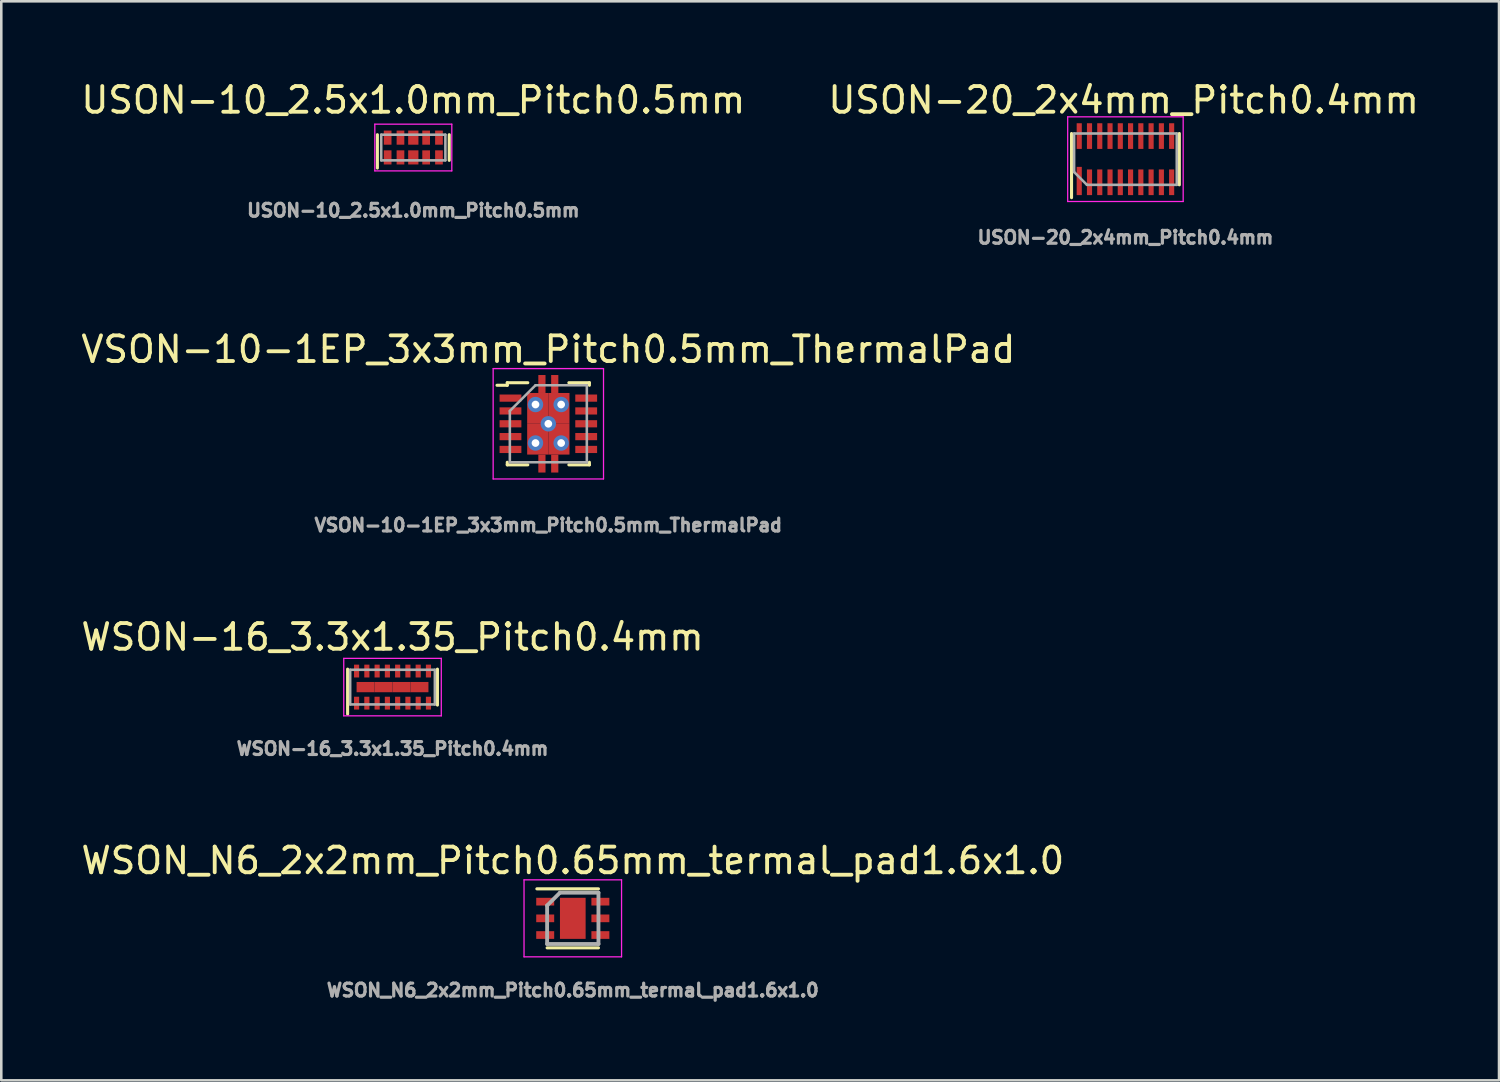
<source format=kicad_pcb>
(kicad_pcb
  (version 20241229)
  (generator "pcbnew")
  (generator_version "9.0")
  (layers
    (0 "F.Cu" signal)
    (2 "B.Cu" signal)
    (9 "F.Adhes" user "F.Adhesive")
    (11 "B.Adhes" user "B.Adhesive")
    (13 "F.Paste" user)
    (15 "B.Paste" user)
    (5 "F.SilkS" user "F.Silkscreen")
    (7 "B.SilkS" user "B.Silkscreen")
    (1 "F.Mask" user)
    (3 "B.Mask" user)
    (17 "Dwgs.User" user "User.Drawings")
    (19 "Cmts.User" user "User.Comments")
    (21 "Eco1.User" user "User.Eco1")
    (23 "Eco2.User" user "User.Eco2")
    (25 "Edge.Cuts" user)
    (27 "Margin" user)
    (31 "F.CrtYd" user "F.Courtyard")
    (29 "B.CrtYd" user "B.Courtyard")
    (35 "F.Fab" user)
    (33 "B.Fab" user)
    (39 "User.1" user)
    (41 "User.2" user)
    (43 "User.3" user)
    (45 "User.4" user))
  (footprint "WSON_N6_2x2mm_Pitch0.65mm_termal_pad1.6x1.0"
    (layer "F.Cu")
    (at 19.268 32.732)
    (property "Reference" "WSON_N6_2x2mm_Pitch0.65mm_termal_pad1.6x1.0" (at 0 -2.25 180) (layer "F.SilkS") (effects (font (size 1 1) (thickness 0.15))))
    (attr smd)
    (fp_line (start 1 -1.15) (end -1.4 -1.15) (stroke (width 0.12) (type solid)) (layer "F.SilkS"))
    (fp_line (start 1 1.15) (end -1 1.15) (stroke (width 0.12) (type solid)) (layer "F.SilkS"))
    (fp_line (start -1.9 1.5) (end -1.9 -1.5) (stroke (width 0.05) (type solid)) (layer "F.CrtYd"))
    (fp_line (start -1.9 1.5) (end 1.9 1.5) (stroke (width 0.05) (type solid)) (layer "F.CrtYd"))
    (fp_line (start 1.9 -1.5) (end -1.9 -1.5) (stroke (width 0.05) (type solid)) (layer "F.CrtYd"))
    (fp_line (start 1.9 -1.5) (end 1.9 1.5) (stroke (width 0.05) (type solid)) (layer "F.CrtYd"))
    (fp_line (start -1 -0.5) (end -1 1) (stroke (width 0.15) (type solid)) (layer "F.Fab"))
    (fp_line (start -1 1) (end 1 1) (stroke (width 0.15) (type solid)) (layer "F.Fab"))
    (fp_line (start -0.5 -1) (end -1 -0.5) (stroke (width 0.15) (type solid)) (layer "F.Fab"))
    (fp_line (start 1 -1) (end -0.5 -1) (stroke (width 0.15) (type solid)) (layer "F.Fab"))
    (fp_line (start 1 -1) (end 1 1) (stroke (width 0.15) (type solid)) (layer "F.Fab"))
    (fp_text user "${REFERENCE}" (at 0 2.8 0) (layer "F.Fab") (effects (font (size 0.5 0.5) (thickness 0.125))))
    (pad "1" smd rect (at -1.075 -0.65 270) (size 0.3 0.7) (layers "F.Cu" "F.Mask" "F.Paste"))
    (pad "2" smd rect (at -1.075 0 270) (size 0.3 0.7) (layers "F.Cu" "F.Mask" "F.Paste"))
    (pad "3" smd rect (at -1.075 0.65 270) (size 0.3 0.7) (layers "F.Cu" "F.Mask" "F.Paste"))
    (pad "4" smd rect (at 1.075 0.65 270) (size 0.3 0.7) (layers "F.Cu" "F.Mask" "F.Paste"))
    (pad "5" smd rect (at 1.075 0 270) (size 0.3 0.7) (layers "F.Cu" "F.Mask" "F.Paste"))
    (pad "6" smd rect (at 1.075 -0.65 270) (size 0.3 0.7) (layers "F.Cu" "F.Mask" "F.Paste"))
    (pad "7" smd rect (at 0 0 270) (size 1.6 1) (layers "F.Cu" "F.Mask" "F.Paste")))
  (footprint "USON-10_2.5x1.0mm_Pitch0.5mm"
    (layer "F.Cu")
    (at 13.054 2.698)
    (property "Reference" "USON-10_2.5x1.0mm_Pitch0.5mm" (at 0 -1.85 0) (layer "F.SilkS") (effects (font (size 1 1) (thickness 0.15))))
    (attr smd)
    (fp_line (start -1.4 -0.5) (end -1.4 0.8) (stroke (width 0.12) (type solid)) (layer "F.SilkS"))
    (fp_line (start 1.4 -0.5) (end 1.4 0.5) (stroke (width 0.12) (type solid)) (layer "F.SilkS"))
    (fp_line (start -1.5 -0.91) (end 1.5 -0.91) (stroke (width 0.05) (type solid)) (layer "F.CrtYd"))
    (fp_line (start -1.5 0.91) (end -1.5 -0.91) (stroke (width 0.05) (type solid)) (layer "F.CrtYd"))
    (fp_line (start 1.5 -0.91) (end 1.5 0.91) (stroke (width 0.05) (type solid)) (layer "F.CrtYd"))
    (fp_line (start 1.5 0.91) (end -1.5 0.91) (stroke (width 0.05) (type solid)) (layer "F.CrtYd"))
    (fp_line (start -1.25 -0.5) (end -1.25 0.5) (stroke (width 0.1) (type solid)) (layer "F.Fab"))
    (fp_line (start -1.25 -0.5) (end 1.25 -0.5) (stroke (width 0.1) (type solid)) (layer "F.Fab"))
    (fp_line (start -1.25 0.5) (end 1.25 0.5) (stroke (width 0.1) (type solid)) (layer "F.Fab"))
    (fp_line (start 1.25 0.5) (end 1.25 -0.5) (stroke (width 0.1) (type solid)) (layer "F.Fab"))
    (fp_text user "${REFERENCE}" (at 0 2.45 180) (layer "F.Fab") (effects (font (size 0.5 0.5) (thickness 0.125))))
    (pad "1" smd rect (at -1 0.385) (size 0.3 0.55) (layers "F.Cu" "F.Mask" "F.Paste"))
    (pad "2" smd rect (at -0.5 0.385) (size 0.3 0.55) (layers "F.Cu" "F.Mask" "F.Paste"))
    (pad "3" smd rect (at 0 0.385) (size 0.4 0.55) (layers "F.Cu" "F.Mask" "F.Paste"))
    (pad "4" smd rect (at 0.5 0.385) (size 0.3 0.55) (layers "F.Cu" "F.Mask" "F.Paste"))
    (pad "5" smd rect (at 1 0.385) (size 0.3 0.55) (layers "F.Cu" "F.Mask" "F.Paste"))
    (pad "6" smd rect (at 1 -0.385) (size 0.3 0.55) (layers "F.Cu" "F.Mask" "F.Paste"))
    (pad "7" smd rect (at 0.5 -0.385) (size 0.3 0.55) (layers "F.Cu" "F.Mask" "F.Paste"))
    (pad "8" smd rect (at 0 -0.385) (size 0.4 0.55) (layers "F.Cu" "F.Mask" "F.Paste"))
    (pad "9" smd rect (at -0.5 -0.385) (size 0.3 0.55) (layers "F.Cu" "F.Mask" "F.Paste"))
    (pad "10" smd rect (at -1 -0.385) (size 0.3 0.55) (layers "F.Cu" "F.Mask" "F.Paste")))
  (footprint "VSON-10-1EP_3x3mm_Pitch0.5mm_ThermalPad"
    (layer "F.Cu")
    (at 18.315 13.462)
    (property "Reference" "VSON-10-1EP_3x3mm_Pitch0.5mm_ThermalPad" (at 0 -2.9 180) (layer "F.SilkS") (effects (font (size 1 1) (thickness 0.15))))
    (attr smd)
    (fp_line (start -1.6 -1.6) (end -1.6 -1.5) (stroke (width 0.12) (type solid)) (layer "F.SilkS"))
    (fp_line (start -1.6 -1.5) (end -2 -1.5) (stroke (width 0.12) (type solid)) (layer "F.SilkS"))
    (fp_line (start -1.6 1.5) (end -1.6 1.6) (stroke (width 0.12) (type solid)) (layer "F.SilkS"))
    (fp_line (start -1.6 1.6) (end -0.8 1.6) (stroke (width 0.12) (type solid)) (layer "F.SilkS"))
    (fp_line (start -0.8 -1.6) (end -1.6 -1.6) (stroke (width 0.12) (type solid)) (layer "F.SilkS"))
    (fp_line (start 0.8 -1.6) (end 1.6 -1.6) (stroke (width 0.12) (type solid)) (layer "F.SilkS"))
    (fp_line (start 0.8 1.6) (end 1.6 1.6) (stroke (width 0.12) (type solid)) (layer "F.SilkS"))
    (fp_line (start 1.6 -1.6) (end 1.6 -1.5) (stroke (width 0.12) (type solid)) (layer "F.SilkS"))
    (fp_line (start 1.6 1.6) (end 1.6 1.5) (stroke (width 0.12) (type solid)) (layer "F.SilkS"))
    (fp_line (start -2.15 -2.15) (end 2.15 -2.15) (stroke (width 0.05) (type solid)) (layer "F.CrtYd"))
    (fp_line (start -2.15 2.15) (end -2.15 -2.15) (stroke (width 0.05) (type solid)) (layer "F.CrtYd"))
    (fp_line (start 2.15 -2.15) (end 2.15 2.15) (stroke (width 0.05) (type solid)) (layer "F.CrtYd"))
    (fp_line (start 2.15 2.15) (end -2.15 2.15) (stroke (width 0.05) (type solid)) (layer "F.CrtYd"))
    (fp_line (start -1.5 -0.5) (end -1.5 1.5) (stroke (width 0.1) (type solid)) (layer "F.Fab"))
    (fp_line (start -1.5 -0.5) (end -0.5 -1.5) (stroke (width 0.1) (type solid)) (layer "F.Fab"))
    (fp_line (start -1.5 1.5) (end 1.5 1.5) (stroke (width 0.1) (type solid)) (layer "F.Fab"))
    (fp_line (start -0.5 -1.5) (end 1.5 -1.5) (stroke (width 0.1) (type solid)) (layer "F.Fab"))
    (fp_line (start 1.5 -1.5) (end 1.5 1.5) (stroke (width 0.1) (type solid)) (layer "F.Fab"))
    (fp_text user "${REFERENCE}" (at 0 3.95 0) (layer "F.Fab") (effects (font (size 0.5 0.5) (thickness 0.125))))
    (pad "1" smd rect (at -1.475 -1) (size 0.85 0.28) (layers "F.Cu" "F.Mask" "F.Paste"))
    (pad "2" smd rect (at -1.475 -0.5) (size 0.85 0.28) (layers "F.Cu" "F.Mask" "F.Paste"))
    (pad "3" smd rect (at -1.475 0) (size 0.85 0.28) (layers "F.Cu" "F.Mask" "F.Paste"))
    (pad "4" smd rect (at -1.475 0.5) (size 0.85 0.28) (layers "F.Cu" "F.Mask" "F.Paste"))
    (pad "5" smd rect (at -1.475 1) (size 0.85 0.28) (layers "F.Cu" "F.Mask" "F.Paste"))
    (pad "6" smd rect (at 1.475 1) (size 0.85 0.28) (layers "F.Cu" "F.Mask" "F.Paste"))
    (pad "7" smd rect (at 1.475 0.5) (size 0.85 0.28) (layers "F.Cu" "F.Mask" "F.Paste"))
    (pad "8" smd rect (at 1.475 0) (size 0.85 0.28) (layers "F.Cu" "F.Mask" "F.Paste"))
    (pad "9" smd rect (at 1.475 -0.5) (size 0.85 0.28) (layers "F.Cu" "F.Mask" "F.Paste"))
    (pad "10" smd rect (at 1.475 -1) (size 0.85 0.28) (layers "F.Cu" "F.Mask" "F.Paste"))
    (pad "11" thru_hole circle (at -0.5 -0.75) (size 0.6 0.6) (drill 0.3) (layers "*.Cu" "*.Mask"))
    (pad "11" thru_hole circle (at -0.5 0.75) (size 0.6 0.6) (drill 0.3) (layers "*.Cu" "*.Mask"))
    (pad "11" smd rect (at -0.412 -0.6) (size 0.825 1.2) (layers "F.Cu" "F.Mask" "F.Paste"))
    (pad "11" smd rect (at -0.412 0.6) (size 0.825 1.2) (layers "F.Cu" "F.Mask" "F.Paste"))
    (pad "11" smd rect (at -0.25 -1.55) (size 0.28 0.7) (layers "F.Cu" "F.Mask" "F.Paste"))
    (pad "11" smd rect (at -0.25 1.55) (size 0.28 0.7) (layers "F.Cu" "F.Mask" "F.Paste"))
    (pad "11" thru_hole circle (at 0 0) (size 0.6 0.6) (drill 0.3) (layers "*.Cu" "*.Mask"))
    (pad "11" smd rect (at 0.25 -1.55) (size 0.28 0.7) (layers "F.Cu" "F.Mask" "F.Paste"))
    (pad "11" smd rect (at 0.25 1.55) (size 0.28 0.7) (layers "F.Cu" "F.Mask" "F.Paste"))
    (pad "11" smd rect (at 0.412 -0.6) (size 0.825 1.2) (layers "F.Cu" "F.Mask" "F.Paste"))
    (pad "11" smd rect (at 0.412 0.6) (size 0.825 1.2) (layers "F.Cu" "F.Mask" "F.Paste"))
    (pad "11" thru_hole circle (at 0.5 -0.75) (size 0.6 0.6) (drill 0.3) (layers "*.Cu" "*.Mask"))
    (pad "11" thru_hole circle (at 0.5 0.75) (size 0.6 0.6) (drill 0.3) (layers "*.Cu" "*.Mask")))
  (footprint "WSON-16_3.3x1.35_Pitch0.4mm"
    (layer "F.Cu")
    (at 12.244 23.722)
    (property "Reference" "WSON-16_3.3x1.35_Pitch0.4mm" (at 0 -1.95 0) (layer "F.SilkS") (effects (font (size 1 1) (thickness 0.15))))
    (attr smd)
    (fp_line (start -1.75 -0.7) (end -1.75 1.05) (stroke (width 0.12) (type solid)) (layer "F.SilkS"))
    (fp_line (start 1.75 -0.7) (end 1.75 0.7) (stroke (width 0.12) (type solid)) (layer "F.SilkS"))
    (fp_line (start -1.9 -1.12) (end 1.9 -1.12) (stroke (width 0.05) (type solid)) (layer "F.CrtYd"))
    (fp_line (start -1.9 1.12) (end -1.9 -1.12) (stroke (width 0.05) (type solid)) (layer "F.CrtYd"))
    (fp_line (start 1.9 -1.12) (end 1.9 1.12) (stroke (width 0.05) (type solid)) (layer "F.CrtYd"))
    (fp_line (start 1.9 1.12) (end -1.9 1.12) (stroke (width 0.05) (type solid)) (layer "F.CrtYd"))
    (fp_line (start -1.65 -0.675) (end 1.65 -0.675) (stroke (width 0.1) (type solid)) (layer "F.Fab"))
    (fp_line (start -1.65 0.675) (end -1.65 -0.675) (stroke (width 0.1) (type solid)) (layer "F.Fab"))
    (fp_line (start 1.65 -0.675) (end 1.65 0.675) (stroke (width 0.1) (type solid)) (layer "F.Fab"))
    (fp_line (start 1.65 0.675) (end -1.65 0.675) (stroke (width 0.1) (type solid)) (layer "F.Fab"))
    (fp_text user "${REFERENCE}" (at 0 2.4 0) (layer "F.Fab") (effects (font (size 0.5 0.5) (thickness 0.125))))
    (pad "1" smd rect (at -1.4 0.625) (size 0.2 0.5) (layers "F.Cu" "F.Mask" "F.Paste"))
    (pad "2" smd rect (at -1 0.625) (size 0.2 0.5) (layers "F.Cu" "F.Mask" "F.Paste"))
    (pad "3" smd rect (at -0.6 0.625) (size 0.2 0.5) (layers "F.Cu" "F.Mask" "F.Paste"))
    (pad "4" smd rect (at -0.2 0.625) (size 0.2 0.5) (layers "F.Cu" "F.Mask" "F.Paste"))
    (pad "5" smd rect (at 0.2 0.625) (size 0.2 0.5) (layers "F.Cu" "F.Mask" "F.Paste"))
    (pad "6" smd rect (at 0.6 0.625) (size 0.2 0.5) (layers "F.Cu" "F.Mask" "F.Paste"))
    (pad "7" smd rect (at 1 0.625) (size 0.2 0.5) (layers "F.Cu" "F.Mask" "F.Paste"))
    (pad "8" smd rect (at 1.4 0.625) (size 0.2 0.5) (layers "F.Cu" "F.Mask" "F.Paste"))
    (pad "9" smd rect (at 1.4 -0.625) (size 0.2 0.5) (layers "F.Cu" "F.Mask" "F.Paste"))
    (pad "10" smd rect (at 1 -0.625) (size 0.2 0.5) (layers "F.Cu" "F.Mask" "F.Paste"))
    (pad "11" smd rect (at 0.6 -0.625) (size 0.2 0.5) (layers "F.Cu" "F.Mask" "F.Paste"))
    (pad "12" smd rect (at 0.2 -0.625) (size 0.2 0.5) (layers "F.Cu" "F.Mask" "F.Paste"))
    (pad "13" smd rect (at -0.2 -0.625) (size 0.2 0.5) (layers "F.Cu" "F.Mask" "F.Paste"))
    (pad "14" smd rect (at -0.6 -0.625) (size 0.2 0.5) (layers "F.Cu" "F.Mask" "F.Paste"))
    (pad "15" smd rect (at -1 -0.625) (size 0.2 0.5) (layers "F.Cu" "F.Mask" "F.Paste"))
    (pad "16" smd rect (at -1.4 -0.625) (size 0.2 0.5) (layers "F.Cu" "F.Mask" "F.Paste"))
    (pad "17" smd rect (at -1.05 0) (size 0.7 0.4) (layers "F.Cu" "F.Mask" "F.Paste"))
    (pad "17" smd rect (at -0.35 0) (size 0.7 0.4) (layers "F.Cu" "F.Mask" "F.Paste"))
    (pad "17" smd rect (at 0.35 0) (size 0.7 0.4) (layers "F.Cu" "F.Mask" "F.Paste"))
    (pad "17" smd rect (at 1.05 0) (size 0.7 0.4) (layers "F.Cu" "F.Mask" "F.Paste")))
  (footprint "USON-20_2x4mm_Pitch0.4mm"
    (layer "F.Cu")
    (at 40.801 3.152)
    (property "Reference" "USON-20_2x4mm_Pitch0.4mm" (at -0.069 -2.304 0) (layer "F.SilkS") (effects (font (size 1 1) (thickness 0.15))))
    (attr smd)
    (fp_line (start -2.1 -1) (end -2.1 1.5) (stroke (width 0.12) (type solid)) (layer "F.SilkS"))
    (fp_line (start 2.1 -1) (end 2.1 1) (stroke (width 0.12) (type solid)) (layer "F.SilkS"))
    (fp_line (start -2.25 -1.65) (end 2.25 -1.65) (stroke (width 0.05) (type solid)) (layer "F.CrtYd"))
    (fp_line (start -2.25 1.65) (end -2.25 -1.65) (stroke (width 0.05) (type solid)) (layer "F.CrtYd"))
    (fp_line (start 2.25 -1.65) (end 2.25 1.65) (stroke (width 0.05) (type solid)) (layer "F.CrtYd"))
    (fp_line (start 2.25 1.65) (end -2.25 1.65) (stroke (width 0.05) (type solid)) (layer "F.CrtYd"))
    (fp_line (start -2 -1) (end 2 -1) (stroke (width 0.1) (type solid)) (layer "F.Fab"))
    (fp_line (start -2 0.5) (end -2 -1) (stroke (width 0.1) (type solid)) (layer "F.Fab"))
    (fp_line (start -2 0.5) (end -1.5 1) (stroke (width 0.1) (type solid)) (layer "F.Fab"))
    (fp_line (start 2 -1) (end 2 1) (stroke (width 0.1) (type solid)) (layer "F.Fab"))
    (fp_line (start 2 1) (end -1.5 1) (stroke (width 0.1) (type solid)) (layer "F.Fab"))
    (fp_text user "${REFERENCE}" (at 0 3.05 0) (layer "F.Fab") (effects (font (size 0.5 0.5) (thickness 0.125))))
    (pad "1" smd rect (at -1.8 0.85) (size 0.2 1.1) (layers "F.Cu" "F.Mask" "F.Paste"))
    (pad "2" smd rect (at -1.4 0.9) (size 0.2 1) (layers "F.Cu" "F.Mask" "F.Paste"))
    (pad "3" smd rect (at -1 0.9) (size 0.2 1) (layers "F.Cu" "F.Mask" "F.Paste"))
    (pad "4" smd rect (at -0.6 0.9) (size 0.2 1) (layers "F.Cu" "F.Mask" "F.Paste"))
    (pad "5" smd rect (at -0.2 0.9) (size 0.2 1) (layers "F.Cu" "F.Mask" "F.Paste"))
    (pad "6" smd rect (at 0.2 0.9) (size 0.2 1) (layers "F.Cu" "F.Mask" "F.Paste"))
    (pad "7" smd rect (at 0.6 0.9) (size 0.2 1) (layers "F.Cu" "F.Mask" "F.Paste"))
    (pad "8" smd rect (at 1 0.9) (size 0.2 1) (layers "F.Cu" "F.Mask" "F.Paste"))
    (pad "9" smd rect (at 1.4 0.9) (size 0.2 1) (layers "F.Cu" "F.Mask" "F.Paste"))
    (pad "10" smd rect (at 1.8 0.9) (size 0.2 1) (layers "F.Cu" "F.Mask" "F.Paste"))
    (pad "11" smd rect (at 1.8 -0.9) (size 0.2 1) (layers "F.Cu" "F.Mask" "F.Paste"))
    (pad "12" smd rect (at 1.4 -0.9) (size 0.2 1) (layers "F.Cu" "F.Mask" "F.Paste"))
    (pad "13" smd rect (at 1 -0.9) (size 0.2 1) (layers "F.Cu" "F.Mask" "F.Paste"))
    (pad "14" smd rect (at 0.6 -0.9) (size 0.2 1) (layers "F.Cu" "F.Mask" "F.Paste"))
    (pad "15" smd rect (at 0.2 -0.9) (size 0.2 1) (layers "F.Cu" "F.Mask" "F.Paste"))
    (pad "16" smd rect (at -0.2 -0.9) (size 0.2 1) (layers "F.Cu" "F.Mask" "F.Paste"))
    (pad "17" smd rect (at -0.6 -0.9) (size 0.2 1) (layers "F.Cu" "F.Mask" "F.Paste"))
    (pad "18" smd rect (at -1 -0.9) (size 0.2 1) (layers "F.Cu" "F.Mask" "F.Paste"))
    (pad "19" smd rect (at -1.4 -0.9) (size 0.2 1) (layers "F.Cu" "F.Mask" "F.Paste"))
    (pad "20" smd rect (at -1.8 -0.9) (size 0.2 1) (layers "F.Cu" "F.Mask" "F.Paste")))
  (gr_rect
    (start -3 -3)
    (end 55.357 39.044)
    (stroke (width 0.1) (type default))
    (fill no)
    (layer "Edge.Cuts")))
</source>
